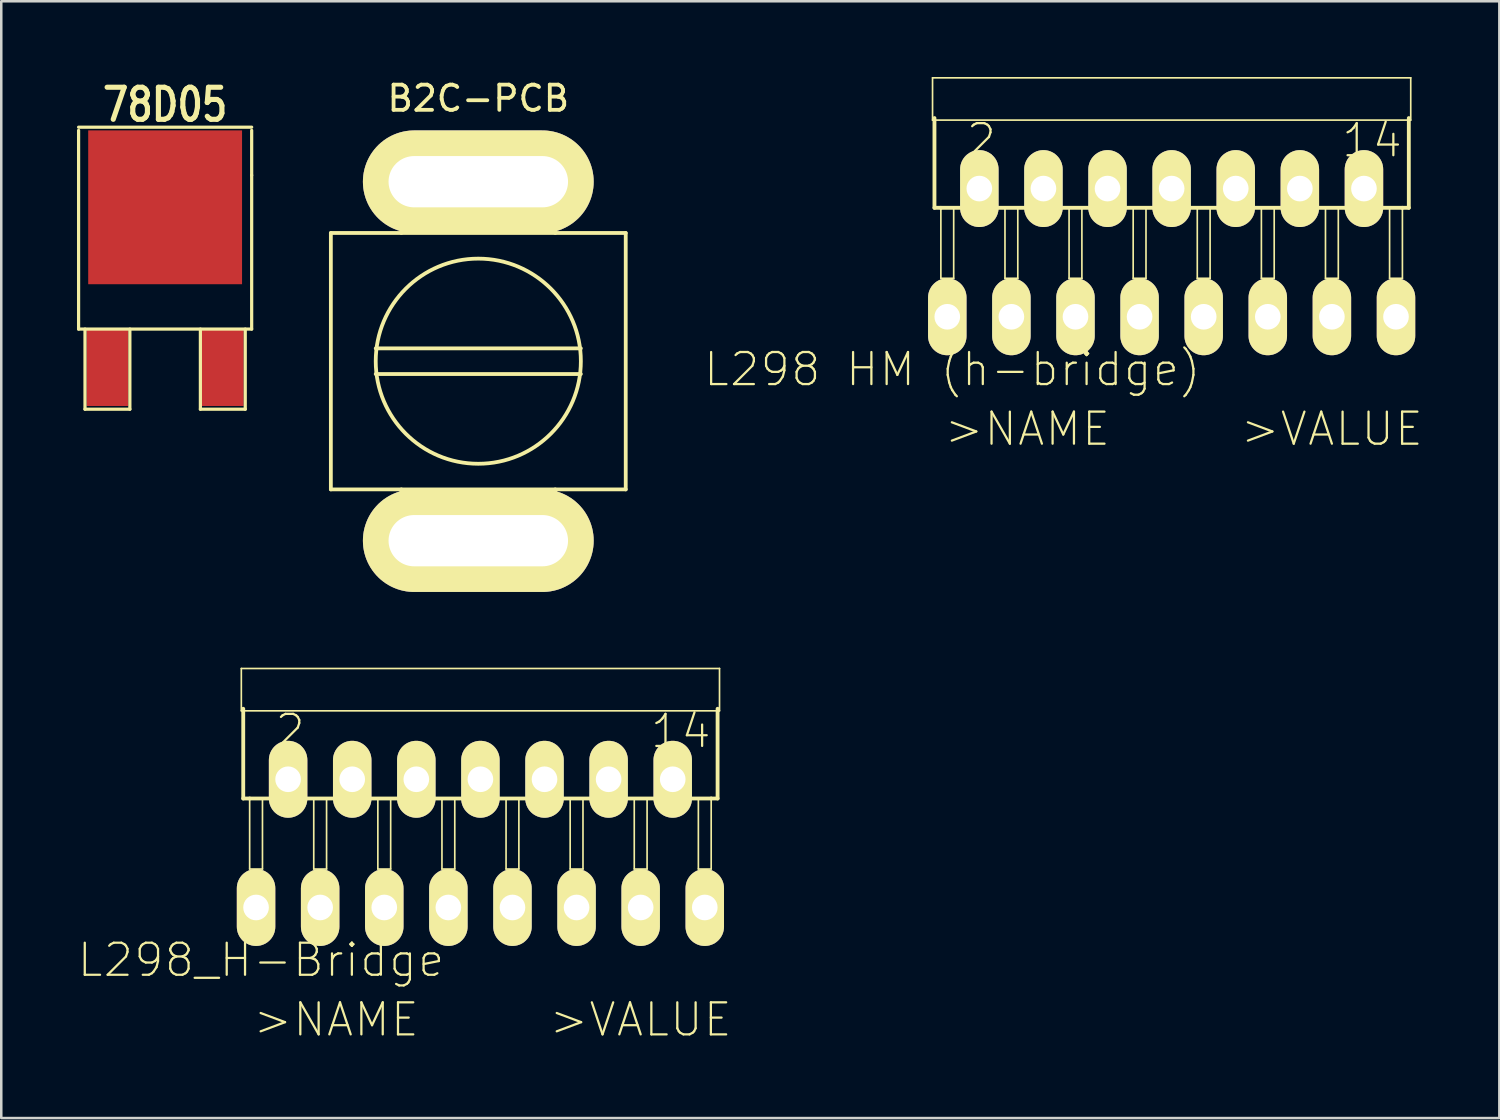
<source format=kicad_pcb>
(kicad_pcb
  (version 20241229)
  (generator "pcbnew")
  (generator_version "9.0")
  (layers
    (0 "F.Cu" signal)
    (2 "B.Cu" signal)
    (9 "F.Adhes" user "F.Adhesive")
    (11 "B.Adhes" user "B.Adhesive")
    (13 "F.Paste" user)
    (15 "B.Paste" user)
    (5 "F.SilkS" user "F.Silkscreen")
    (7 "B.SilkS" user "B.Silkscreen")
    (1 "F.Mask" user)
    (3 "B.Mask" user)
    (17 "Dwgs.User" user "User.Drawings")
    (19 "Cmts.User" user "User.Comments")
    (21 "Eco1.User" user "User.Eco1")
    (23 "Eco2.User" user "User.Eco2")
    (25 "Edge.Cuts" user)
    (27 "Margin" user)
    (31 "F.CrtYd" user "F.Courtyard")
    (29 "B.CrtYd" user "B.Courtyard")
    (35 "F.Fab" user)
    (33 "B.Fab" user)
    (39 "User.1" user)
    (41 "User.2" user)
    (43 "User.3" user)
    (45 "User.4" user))
  (footprint "L298 HM (h-bridge)"
    (layer "F.Cu")
    (at 43.375 1.882)
    (property "Reference" "L298 HM (h-bridge)" (at -8.692 9.703 0) (layer "F.SilkS") (effects (font (size 1.27 1.27) (thickness 0.089))))
    (attr exclude_from_pos_files exclude_from_bom)
    (fp_line (start -9.474 -1.849) (end 9.474 -1.849) (stroke (width 0.066) (type solid)) (layer "F.SilkS"))
    (fp_line (start -9.474 -0.173) (end -9.474 -1.849) (stroke (width 0.066) (type solid)) (layer "F.SilkS"))
    (fp_line (start -9.474 -0.173) (end 9.474 -0.173) (stroke (width 0.066) (type solid)) (layer "F.SilkS"))
    (fp_line (start -9.398 -0.254) (end -9.398 3.302) (stroke (width 0.152) (type solid)) (layer "F.SilkS"))
    (fp_line (start -9.398 3.302) (end -9.144 3.302) (stroke (width 0.152) (type solid)) (layer "F.SilkS"))
    (fp_line (start -9.144 3.302) (end -8.636 3.302) (stroke (width 0.066) (type solid)) (layer "F.SilkS"))
    (fp_line (start -9.144 3.302) (end 9.144 3.302) (stroke (width 0.152) (type solid)) (layer "F.SilkS"))
    (fp_line (start -9.144 6.096) (end -9.144 3.302) (stroke (width 0.066) (type solid)) (layer "F.SilkS"))
    (fp_line (start -9.144 6.096) (end -8.636 6.096) (stroke (width 0.066) (type solid)) (layer "F.SilkS"))
    (fp_line (start -8.636 6.096) (end -8.636 3.302) (stroke (width 0.066) (type solid)) (layer "F.SilkS"))
    (fp_line (start -6.604 3.302) (end -6.096 3.302) (stroke (width 0.066) (type solid)) (layer "F.SilkS"))
    (fp_line (start -6.604 6.096) (end -6.604 3.302) (stroke (width 0.066) (type solid)) (layer "F.SilkS"))
    (fp_line (start -6.604 6.096) (end -6.096 6.096) (stroke (width 0.066) (type solid)) (layer "F.SilkS"))
    (fp_line (start -6.096 6.096) (end -6.096 3.302) (stroke (width 0.066) (type solid)) (layer "F.SilkS"))
    (fp_line (start -4.064 3.302) (end -3.556 3.302) (stroke (width 0.066) (type solid)) (layer "F.SilkS"))
    (fp_line (start -4.064 6.096) (end -4.064 3.302) (stroke (width 0.066) (type solid)) (layer "F.SilkS"))
    (fp_line (start -4.064 6.096) (end -3.556 6.096) (stroke (width 0.066) (type solid)) (layer "F.SilkS"))
    (fp_line (start -3.556 6.096) (end -3.556 3.302) (stroke (width 0.066) (type solid)) (layer "F.SilkS"))
    (fp_line (start -1.524 3.302) (end -1.016 3.302) (stroke (width 0.066) (type solid)) (layer "F.SilkS"))
    (fp_line (start -1.524 6.096) (end -1.524 3.302) (stroke (width 0.066) (type solid)) (layer "F.SilkS"))
    (fp_line (start -1.524 6.096) (end -1.016 6.096) (stroke (width 0.066) (type solid)) (layer "F.SilkS"))
    (fp_line (start -1.016 6.096) (end -1.016 3.302) (stroke (width 0.066) (type solid)) (layer "F.SilkS"))
    (fp_line (start 1.016 3.302) (end 1.524 3.302) (stroke (width 0.066) (type solid)) (layer "F.SilkS"))
    (fp_line (start 1.016 6.096) (end 1.016 3.302) (stroke (width 0.066) (type solid)) (layer "F.SilkS"))
    (fp_line (start 1.016 6.096) (end 1.524 6.096) (stroke (width 0.066) (type solid)) (layer "F.SilkS"))
    (fp_line (start 1.524 6.096) (end 1.524 3.302) (stroke (width 0.066) (type solid)) (layer "F.SilkS"))
    (fp_line (start 3.556 3.302) (end 4.064 3.302) (stroke (width 0.066) (type solid)) (layer "F.SilkS"))
    (fp_line (start 3.556 6.096) (end 3.556 3.302) (stroke (width 0.066) (type solid)) (layer "F.SilkS"))
    (fp_line (start 3.556 6.096) (end 4.064 6.096) (stroke (width 0.066) (type solid)) (layer "F.SilkS"))
    (fp_line (start 4.064 6.096) (end 4.064 3.302) (stroke (width 0.066) (type solid)) (layer "F.SilkS"))
    (fp_line (start 6.096 3.302) (end 6.604 3.302) (stroke (width 0.066) (type solid)) (layer "F.SilkS"))
    (fp_line (start 6.096 6.096) (end 6.096 3.302) (stroke (width 0.066) (type solid)) (layer "F.SilkS"))
    (fp_line (start 6.096 6.096) (end 6.604 6.096) (stroke (width 0.066) (type solid)) (layer "F.SilkS"))
    (fp_line (start 6.604 6.096) (end 6.604 3.302) (stroke (width 0.066) (type solid)) (layer "F.SilkS"))
    (fp_line (start 8.636 3.302) (end 9.144 3.302) (stroke (width 0.066) (type solid)) (layer "F.SilkS"))
    (fp_line (start 8.636 6.096) (end 8.636 3.302) (stroke (width 0.066) (type solid)) (layer "F.SilkS"))
    (fp_line (start 8.636 6.096) (end 9.144 6.096) (stroke (width 0.066) (type solid)) (layer "F.SilkS"))
    (fp_line (start 9.144 3.302) (end 9.398 3.302) (stroke (width 0.152) (type solid)) (layer "F.SilkS"))
    (fp_line (start 9.144 6.096) (end 9.144 3.302) (stroke (width 0.066) (type solid)) (layer "F.SilkS"))
    (fp_line (start 9.398 -0.254) (end 9.398 3.302) (stroke (width 0.152) (type solid)) (layer "F.SilkS"))
    (fp_line (start 9.474 -0.173) (end 9.474 -1.849) (stroke (width 0.066) (type solid)) (layer "F.SilkS"))
    (fp_text user "2" (at -7.541 0.635 0) (layer "F.SilkS") (effects (font (size 1.27 1.27) (thickness 0.089))))
    (fp_text user "14" (at 7.938 0.635 0) (layer "F.SilkS") (effects (font (size 1.27 1.27) (thickness 0.089))))
    (fp_text user ">VALUE" (at 6.35 12.065 0) (layer "F.SilkS") (effects (font (size 1.27 1.27) (thickness 0.089))))
    (fp_text user ">NAME" (at -5.715 12.065 0) (layer "F.SilkS") (effects (font (size 1.27 1.27) (thickness 0.089))))
    (pad "1" thru_hole oval (at -8.89 7.62) (size 1.524 3.048) (drill 1.016) (layers "*.Cu" "F.Mask" "F.SilkS" "F.Paste"))
    (pad "2" thru_hole oval (at -7.62 2.54) (size 1.524 3.048) (drill 1.016) (layers "*.Cu" "F.Mask" "F.SilkS" "F.Paste"))
    (pad "3" thru_hole oval (at -6.35 7.62) (size 1.524 3.048) (drill 1.016) (layers "*.Cu" "F.Mask" "F.SilkS" "F.Paste"))
    (pad "4" thru_hole oval (at -5.08 2.54) (size 1.524 3.048) (drill 1.016) (layers "*.Cu" "F.Mask" "F.SilkS" "F.Paste"))
    (pad "5" thru_hole oval (at -3.81 7.62) (size 1.524 3.048) (drill 1.016) (layers "*.Cu" "F.Mask" "F.SilkS" "F.Paste"))
    (pad "6" thru_hole oval (at -2.54 2.54) (size 1.524 3.048) (drill 1.016) (layers "*.Cu" "F.Mask" "F.SilkS" "F.Paste"))
    (pad "7" thru_hole oval (at -1.27 7.62) (size 1.524 3.048) (drill 1.016) (layers "*.Cu" "F.Mask" "F.SilkS" "F.Paste"))
    (pad "8" thru_hole oval (at 0 2.54) (size 1.524 3.048) (drill 1.016) (layers "*.Cu" "F.Mask" "F.SilkS" "F.Paste"))
    (pad "9" thru_hole oval (at 1.27 7.62) (size 1.524 3.048) (drill 1.016) (layers "*.Cu" "F.Mask" "F.SilkS" "F.Paste"))
    (pad "10" thru_hole oval (at 2.54 2.54) (size 1.524 3.048) (drill 1.016) (layers "*.Cu" "F.Mask" "F.SilkS" "F.Paste"))
    (pad "11" thru_hole oval (at 3.81 7.62) (size 1.524 3.048) (drill 1.016) (layers "*.Cu" "F.Mask" "F.SilkS" "F.Paste"))
    (pad "12" thru_hole oval (at 5.08 2.54) (size 1.524 3.048) (drill 1.016) (layers "*.Cu" "F.Mask" "F.SilkS" "F.Paste"))
    (pad "13" thru_hole oval (at 6.35 7.62) (size 1.524 3.048) (drill 1.016) (layers "*.Cu" "F.Mask" "F.SilkS" "F.Paste"))
    (pad "14" thru_hole oval (at 7.62 2.54) (size 1.524 3.048) (drill 1.016) (layers "*.Cu" "F.Mask" "F.SilkS" "F.Paste"))
    (pad "15" thru_hole oval (at 8.89 7.62) (size 1.524 3.048) (drill 1.016) (layers "*.Cu" "F.Mask" "F.SilkS" "F.Paste")))
  (footprint "78D05"
    (layer "F.Cu")
    (at 3.493 11.514)
    (property "Reference" "78D05" (at 0 -10.414 0) (layer "F.SilkS") (effects (font (size 1.27 1.016) (thickness 0.203))))
    (attr smd)
    (fp_line (start -3.429 -9.525) (end 3.429 -9.525) (stroke (width 0.127) (type solid)) (layer "F.SilkS"))
    (fp_line (start -3.429 -1.524) (end -3.429 -9.398) (stroke (width 0.127) (type solid)) (layer "F.SilkS"))
    (fp_line (start -3.175 -1.524) (end -3.175 1.651) (stroke (width 0.127) (type solid)) (layer "F.SilkS"))
    (fp_line (start -3.175 1.651) (end -1.397 1.651) (stroke (width 0.127) (type solid)) (layer "F.SilkS"))
    (fp_line (start -1.397 1.651) (end -1.397 -1.524) (stroke (width 0.127) (type solid)) (layer "F.SilkS"))
    (fp_line (start 1.397 -1.524) (end 1.397 1.651) (stroke (width 0.127) (type solid)) (layer "F.SilkS"))
    (fp_line (start 1.397 1.651) (end 3.175 1.651) (stroke (width 0.127) (type solid)) (layer "F.SilkS"))
    (fp_line (start 3.175 1.651) (end 3.175 -1.524) (stroke (width 0.127) (type solid)) (layer "F.SilkS"))
    (fp_line (start 3.429 -9.398) (end 3.429 -7.62) (stroke (width 0.127) (type solid)) (layer "F.SilkS"))
    (fp_line (start 3.429 -7.62) (end 3.429 -1.524) (stroke (width 0.127) (type solid)) (layer "F.SilkS"))
    (fp_line (start 3.429 -1.524) (end -3.429 -1.524) (stroke (width 0.127) (type solid)) (layer "F.SilkS"))
    (pad "GND" smd rect (at 0 -6.35) (size 6.096 6.096) (layers "F.Cu" "F.Mask" "F.Paste"))
    (pad "VI" smd rect (at -2.286 0) (size 1.651 3.048) (layers "F.Cu" "F.Mask" "F.Paste"))
    (pad "VO" smd rect (at 2.286 0) (size 1.651 3.048) (layers "F.Cu" "F.Mask" "F.Paste")))
  (footprint "B2C-PCB"
    (layer "F.Cu")
    (at 15.902 11.262)
    (property "Reference" "B2C-PCB" (at 0 -10.414 0) (layer "F.SilkS") (effects (font (size 1 1) (thickness 0.15))))
    (attr through_hole)
    (fp_line (start -5.842 -5.08) (end 5.842 -5.08) (stroke (width 0.15) (type solid)) (layer "F.SilkS"))
    (fp_line (start -5.842 5.08) (end -5.842 -5.08) (stroke (width 0.15) (type solid)) (layer "F.SilkS"))
    (fp_line (start -4.064 -0.508) (end 4.064 -0.508) (stroke (width 0.15) (type solid)) (layer "F.SilkS"))
    (fp_line (start -4.064 0.508) (end 4.064 0.508) (stroke (width 0.15) (type solid)) (layer "F.SilkS"))
    (fp_line (start -3.048 -7.874) (end 3.048 -7.874) (stroke (width 0.15) (type solid)) (layer "F.SilkS"))
    (fp_line (start -3.048 -6.35) (end 3.048 -6.35) (stroke (width 0.15) (type solid)) (layer "F.SilkS"))
    (fp_line (start -3.048 -5.08) (end -3.048 -7.874) (stroke (width 0.15) (type solid)) (layer "F.SilkS"))
    (fp_line (start -3.048 5.08) (end -3.048 7.874) (stroke (width 0.15) (type solid)) (layer "F.SilkS"))
    (fp_line (start -3.048 6.35) (end 3.048 6.35) (stroke (width 0.15) (type solid)) (layer "F.SilkS"))
    (fp_line (start -3.048 7.874) (end 3.048 7.874) (stroke (width 0.15) (type solid)) (layer "F.SilkS"))
    (fp_line (start 3.048 -5.08) (end 3.048 -7.874) (stroke (width 0.15) (type solid)) (layer "F.SilkS"))
    (fp_line (start 3.048 5.08) (end 3.048 7.874) (stroke (width 0.15) (type solid)) (layer "F.SilkS"))
    (fp_line (start 5.842 -5.08) (end 5.842 5.08) (stroke (width 0.15) (type solid)) (layer "F.SilkS"))
    (fp_line (start 5.842 5.08) (end -5.842 5.08) (stroke (width 0.15) (type solid)) (layer "F.SilkS"))
    (fp_circle (center 0 0) (end 4.064 0) (stroke (width 0.15) (type solid)) (fill no) (layer "F.SilkS"))
    (pad "1" thru_hole oval (at 0 -7.112) (size 9.144 4.064) (drill oval 7.112 2.032) (layers "*.Cu" "*.Mask" "F.SilkS"))
    (pad "2" thru_hole oval (at 0 7.112) (size 9.144 4.064) (drill oval 7.112 2.032) (layers "*.Cu" "*.Mask" "F.SilkS")))
  (footprint "L298_H-Bridge"
    (layer "F.Cu")
    (at 15.986 25.288)
    (property "Reference" "L298_H-Bridge" (at -8.692 9.703 0) (layer "F.SilkS") (effects (font (size 1.27 1.27) (thickness 0.089))))
    (attr exclude_from_pos_files exclude_from_bom)
    (fp_line (start -9.474 -1.849) (end 9.474 -1.849) (stroke (width 0.066) (type solid)) (layer "F.SilkS"))
    (fp_line (start -9.474 -0.173) (end -9.474 -1.849) (stroke (width 0.066) (type solid)) (layer "F.SilkS"))
    (fp_line (start -9.474 -0.173) (end 9.474 -0.173) (stroke (width 0.066) (type solid)) (layer "F.SilkS"))
    (fp_line (start -9.398 -0.254) (end -9.398 3.302) (stroke (width 0.152) (type solid)) (layer "F.SilkS"))
    (fp_line (start -9.398 3.302) (end -9.144 3.302) (stroke (width 0.152) (type solid)) (layer "F.SilkS"))
    (fp_line (start -9.144 3.302) (end -8.636 3.302) (stroke (width 0.066) (type solid)) (layer "F.SilkS"))
    (fp_line (start -9.144 3.302) (end 9.144 3.302) (stroke (width 0.152) (type solid)) (layer "F.SilkS"))
    (fp_line (start -9.144 6.096) (end -9.144 3.302) (stroke (width 0.066) (type solid)) (layer "F.SilkS"))
    (fp_line (start -9.144 6.096) (end -8.636 6.096) (stroke (width 0.066) (type solid)) (layer "F.SilkS"))
    (fp_line (start -8.636 6.096) (end -8.636 3.302) (stroke (width 0.066) (type solid)) (layer "F.SilkS"))
    (fp_line (start -6.604 3.302) (end -6.096 3.302) (stroke (width 0.066) (type solid)) (layer "F.SilkS"))
    (fp_line (start -6.604 6.096) (end -6.604 3.302) (stroke (width 0.066) (type solid)) (layer "F.SilkS"))
    (fp_line (start -6.604 6.096) (end -6.096 6.096) (stroke (width 0.066) (type solid)) (layer "F.SilkS"))
    (fp_line (start -6.096 6.096) (end -6.096 3.302) (stroke (width 0.066) (type solid)) (layer "F.SilkS"))
    (fp_line (start -4.064 3.302) (end -3.556 3.302) (stroke (width 0.066) (type solid)) (layer "F.SilkS"))
    (fp_line (start -4.064 6.096) (end -4.064 3.302) (stroke (width 0.066) (type solid)) (layer "F.SilkS"))
    (fp_line (start -4.064 6.096) (end -3.556 6.096) (stroke (width 0.066) (type solid)) (layer "F.SilkS"))
    (fp_line (start -3.556 6.096) (end -3.556 3.302) (stroke (width 0.066) (type solid)) (layer "F.SilkS"))
    (fp_line (start -1.524 3.302) (end -1.016 3.302) (stroke (width 0.066) (type solid)) (layer "F.SilkS"))
    (fp_line (start -1.524 6.096) (end -1.524 3.302) (stroke (width 0.066) (type solid)) (layer "F.SilkS"))
    (fp_line (start -1.524 6.096) (end -1.016 6.096) (stroke (width 0.066) (type solid)) (layer "F.SilkS"))
    (fp_line (start -1.016 6.096) (end -1.016 3.302) (stroke (width 0.066) (type solid)) (layer "F.SilkS"))
    (fp_line (start 1.016 3.302) (end 1.524 3.302) (stroke (width 0.066) (type solid)) (layer "F.SilkS"))
    (fp_line (start 1.016 6.096) (end 1.016 3.302) (stroke (width 0.066) (type solid)) (layer "F.SilkS"))
    (fp_line (start 1.016 6.096) (end 1.524 6.096) (stroke (width 0.066) (type solid)) (layer "F.SilkS"))
    (fp_line (start 1.524 6.096) (end 1.524 3.302) (stroke (width 0.066) (type solid)) (layer "F.SilkS"))
    (fp_line (start 3.556 3.302) (end 4.064 3.302) (stroke (width 0.066) (type solid)) (layer "F.SilkS"))
    (fp_line (start 3.556 6.096) (end 3.556 3.302) (stroke (width 0.066) (type solid)) (layer "F.SilkS"))
    (fp_line (start 3.556 6.096) (end 4.064 6.096) (stroke (width 0.066) (type solid)) (layer "F.SilkS"))
    (fp_line (start 4.064 6.096) (end 4.064 3.302) (stroke (width 0.066) (type solid)) (layer "F.SilkS"))
    (fp_line (start 6.096 3.302) (end 6.604 3.302) (stroke (width 0.066) (type solid)) (layer "F.SilkS"))
    (fp_line (start 6.096 6.096) (end 6.096 3.302) (stroke (width 0.066) (type solid)) (layer "F.SilkS"))
    (fp_line (start 6.096 6.096) (end 6.604 6.096) (stroke (width 0.066) (type solid)) (layer "F.SilkS"))
    (fp_line (start 6.604 6.096) (end 6.604 3.302) (stroke (width 0.066) (type solid)) (layer "F.SilkS"))
    (fp_line (start 8.636 3.302) (end 9.144 3.302) (stroke (width 0.066) (type solid)) (layer "F.SilkS"))
    (fp_line (start 8.636 6.096) (end 8.636 3.302) (stroke (width 0.066) (type solid)) (layer "F.SilkS"))
    (fp_line (start 8.636 6.096) (end 9.144 6.096) (stroke (width 0.066) (type solid)) (layer "F.SilkS"))
    (fp_line (start 9.144 3.302) (end 9.398 3.302) (stroke (width 0.152) (type solid)) (layer "F.SilkS"))
    (fp_line (start 9.144 6.096) (end 9.144 3.302) (stroke (width 0.066) (type solid)) (layer "F.SilkS"))
    (fp_line (start 9.398 -0.254) (end 9.398 3.302) (stroke (width 0.152) (type solid)) (layer "F.SilkS"))
    (fp_line (start 9.474 -0.173) (end 9.474 -1.849) (stroke (width 0.066) (type solid)) (layer "F.SilkS"))
    (fp_text user "14" (at 7.938 0.635 0) (layer "F.SilkS") (effects (font (size 1.27 1.27) (thickness 0.089))))
    (fp_text user ">VALUE" (at 6.35 12.065 0) (layer "F.SilkS") (effects (font (size 1.27 1.27) (thickness 0.089))))
    (fp_text user "2" (at -7.541 0.635 0) (layer "F.SilkS") (effects (font (size 1.27 1.27) (thickness 0.089))))
    (fp_text user ">NAME" (at -5.715 12.065 0) (layer "F.SilkS") (effects (font (size 1.27 1.27) (thickness 0.089))))
    (pad "1" thru_hole oval (at -8.89 7.62) (size 1.524 3.048) (drill 1.016) (layers "*.Cu" "F.Mask" "F.SilkS" "F.Paste"))
    (pad "2" thru_hole oval (at -7.62 2.54) (size 1.524 3.048) (drill 1.016) (layers "*.Cu" "F.Mask" "F.SilkS" "F.Paste"))
    (pad "3" thru_hole oval (at -6.35 7.62) (size 1.524 3.048) (drill 1.016) (layers "*.Cu" "F.Mask" "F.SilkS" "F.Paste"))
    (pad "4" thru_hole oval (at -5.08 2.54) (size 1.524 3.048) (drill 1.016) (layers "*.Cu" "F.Mask" "F.SilkS" "F.Paste"))
    (pad "5" thru_hole oval (at -3.81 7.62) (size 1.524 3.048) (drill 1.016) (layers "*.Cu" "F.Mask" "F.SilkS" "F.Paste"))
    (pad "6" thru_hole oval (at -2.54 2.54) (size 1.524 3.048) (drill 1.016) (layers "*.Cu" "F.Mask" "F.SilkS" "F.Paste"))
    (pad "7" thru_hole oval (at -1.27 7.62) (size 1.524 3.048) (drill 1.016) (layers "*.Cu" "F.Mask" "F.SilkS" "F.Paste"))
    (pad "8" thru_hole oval (at 0 2.54) (size 1.524 3.048) (drill 1.016) (layers "*.Cu" "F.Mask" "F.SilkS" "F.Paste"))
    (pad "9" thru_hole oval (at 1.27 7.62) (size 1.524 3.048) (drill 1.016) (layers "*.Cu" "F.Mask" "F.SilkS" "F.Paste"))
    (pad "10" thru_hole oval (at 2.54 2.54) (size 1.524 3.048) (drill 1.016) (layers "*.Cu" "F.Mask" "F.SilkS" "F.Paste"))
    (pad "11" thru_hole oval (at 3.81 7.62) (size 1.524 3.048) (drill 1.016) (layers "*.Cu" "F.Mask" "F.SilkS" "F.Paste"))
    (pad "12" thru_hole oval (at 5.08 2.54) (size 1.524 3.048) (drill 1.016) (layers "*.Cu" "F.Mask" "F.SilkS" "F.Paste"))
    (pad "13" thru_hole oval (at 6.35 7.62) (size 1.524 3.048) (drill 1.016) (layers "*.Cu" "F.Mask" "F.SilkS" "F.Paste"))
    (pad "14" thru_hole oval (at 7.62 2.54) (size 1.524 3.048) (drill 1.016) (layers "*.Cu" "F.Mask" "F.SilkS" "F.Paste"))
    (pad "15" thru_hole oval (at 8.89 7.62) (size 1.524 3.048) (drill 1.016) (layers "*.Cu" "F.Mask" "F.SilkS" "F.Paste")))
  (gr_rect
    (start -3 -3)
    (end 56.36 41.252)
    (stroke (width 0.1) (type default))
    (fill no)
    (layer "Edge.Cuts")))
</source>
